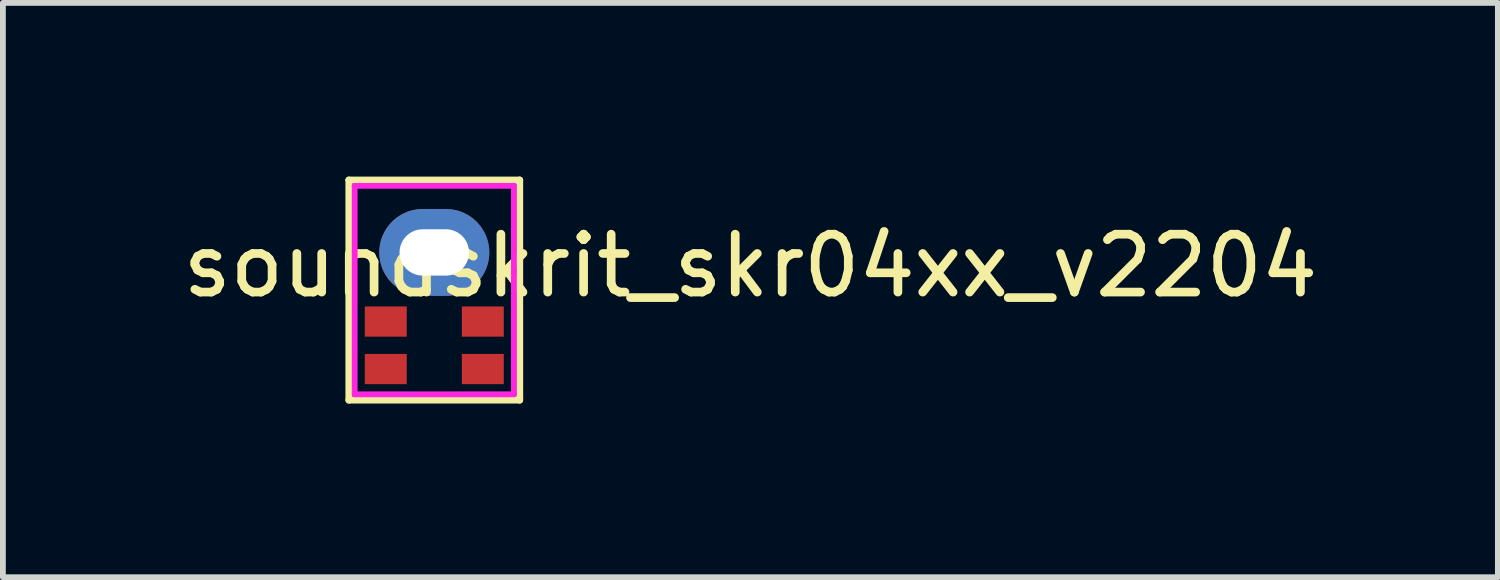
<source format=kicad_pcb>
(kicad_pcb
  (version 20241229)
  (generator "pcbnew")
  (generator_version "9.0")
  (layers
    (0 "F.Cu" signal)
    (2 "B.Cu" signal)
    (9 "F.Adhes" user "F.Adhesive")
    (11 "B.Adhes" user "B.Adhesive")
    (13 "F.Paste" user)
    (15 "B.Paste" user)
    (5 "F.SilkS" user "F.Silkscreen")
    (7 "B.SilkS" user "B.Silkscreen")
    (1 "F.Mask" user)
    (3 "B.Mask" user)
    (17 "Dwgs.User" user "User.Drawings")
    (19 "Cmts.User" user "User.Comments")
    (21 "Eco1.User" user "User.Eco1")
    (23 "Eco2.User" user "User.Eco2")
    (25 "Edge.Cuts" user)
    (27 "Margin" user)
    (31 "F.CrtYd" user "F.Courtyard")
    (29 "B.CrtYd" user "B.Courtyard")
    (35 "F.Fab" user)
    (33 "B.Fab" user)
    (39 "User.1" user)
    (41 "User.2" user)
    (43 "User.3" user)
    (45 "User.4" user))
  (footprint "soundskrit_skr04xx_v2204"
    (layer "F.Cu")
    (at 4.451 1.31)
    (property "Reference" "soundskrit_skr04xx_v2204" (at 5.46 0.23 0) (layer "F.SilkS") (effects (font (size 1 1) (thickness 0.15))))
    (attr smd)
    (fp_line (start -1.475 -1.25) (end -1.475 2.55) (stroke (width 0.12) (type solid)) (layer "F.SilkS"))
    (fp_line (start -1.475 -1.25) (end 1.475 -1.25) (stroke (width 0.12) (type solid)) (layer "F.SilkS"))
    (fp_line (start -1.475 2.55) (end 1.475 2.55) (stroke (width 0.12) (type solid)) (layer "F.SilkS"))
    (fp_line (start 1.475 -1.25) (end 1.475 2.55) (stroke (width 0.12) (type solid)) (layer "F.SilkS"))
    (fp_line (start -1.375 -1.15) (end -1.375 2.45) (stroke (width 0.1) (type solid)) (layer "F.CrtYd"))
    (fp_line (start 1.375 -1.15) (end -1.375 -1.15) (stroke (width 0.1) (type solid)) (layer "F.CrtYd"))
    (fp_line (start 1.375 -1.15) (end 1.375 2.45) (stroke (width 0.1) (type solid)) (layer "F.CrtYd"))
    (fp_line (start 1.375 2.45) (end -1.375 2.45) (stroke (width 0.1) (type solid)) (layer "F.CrtYd"))
    (pad "1" smd rect (at 0.838 2.014) (size 0.725 0.522) (layers "F.Cu" "F.Mask" "F.Paste"))
    (pad "2" smd rect (at 0.838 1.194) (size 0.725 0.522) (layers "F.Cu" "F.Mask" "F.Paste"))
    (pad "3" thru_hole oval (at 0 0) (size 1.9 1.5) (drill oval 1.2 0.8) (layers "*.Cu" "*.Mask"))
    (pad "4" smd rect (at -0.838 1.194) (size 0.725 0.522) (layers "F.Cu" "F.Mask" "F.Paste"))
    (pad "5" smd rect (at -0.838 2.014) (size 0.725 0.522) (layers "F.Cu" "F.Mask" "F.Paste")))
  (gr_rect
    (start -3 -3)
    (end 22.821 6.92)
    (stroke (width 0.1) (type default))
    (fill no)
    (layer "Edge.Cuts")))
</source>
